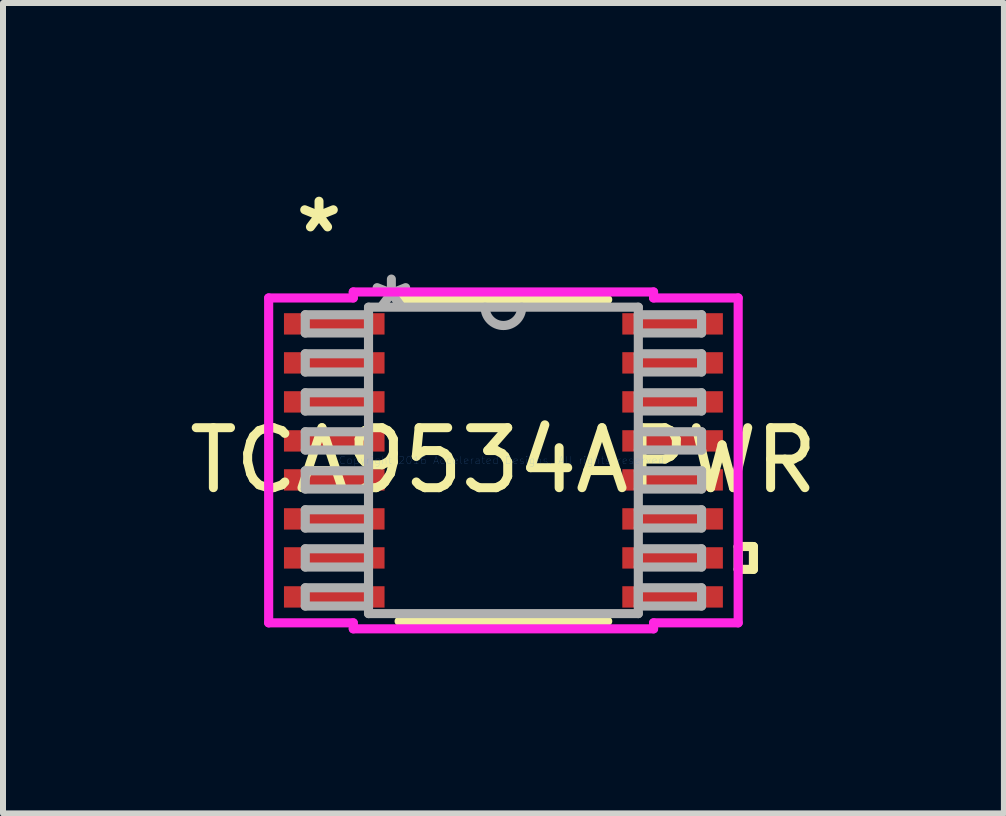
<source format=kicad_pcb>
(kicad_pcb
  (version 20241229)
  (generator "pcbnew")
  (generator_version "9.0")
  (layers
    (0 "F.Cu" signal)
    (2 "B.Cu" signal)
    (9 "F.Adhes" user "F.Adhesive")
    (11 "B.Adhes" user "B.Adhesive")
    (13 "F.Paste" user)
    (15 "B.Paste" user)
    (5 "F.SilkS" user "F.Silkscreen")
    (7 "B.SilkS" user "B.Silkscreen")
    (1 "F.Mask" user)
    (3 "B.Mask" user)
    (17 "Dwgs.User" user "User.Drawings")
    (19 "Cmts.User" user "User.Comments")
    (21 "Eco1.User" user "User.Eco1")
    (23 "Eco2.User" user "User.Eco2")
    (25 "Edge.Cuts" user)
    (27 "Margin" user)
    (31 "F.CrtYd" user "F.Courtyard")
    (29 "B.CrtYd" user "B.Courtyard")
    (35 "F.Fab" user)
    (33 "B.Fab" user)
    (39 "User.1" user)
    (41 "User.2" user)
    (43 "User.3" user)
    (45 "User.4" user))
  (footprint "TCA9534APWR"
    (layer "F.Cu")
    (at 5.339 4.622)
    (property "Reference" "TCA9534APWR" (at 0 0 0) (layer "F.SilkS") (effects (font (size 1 1) (thickness 0.15))))
    (attr through_hole)
    (fp_line (start -1.738 2.68) (end 1.738 2.68) (stroke (width 0.152) (type solid)) (layer "F.SilkS"))
    (fp_line (start 1.738 -2.68) (end -1.738 -2.68) (stroke (width 0.152) (type solid)) (layer "F.SilkS"))
    (fp_line (start 3.912 1.435) (end 4.166 1.435) (stroke (width 0.152) (type solid)) (layer "F.SilkS"))
    (fp_line (start 3.912 1.816) (end 3.912 1.435) (stroke (width 0.152) (type solid)) (layer "F.SilkS"))
    (fp_line (start 4.166 1.435) (end 4.166 1.816) (stroke (width 0.152) (type solid)) (layer "F.SilkS"))
    (fp_line (start 4.166 1.816) (end 3.912 1.816) (stroke (width 0.152) (type solid)) (layer "F.SilkS"))
    (fp_line (start -3.912 -2.707) (end -2.502 -2.707) (stroke (width 0.152) (type solid)) (layer "F.CrtYd"))
    (fp_line (start -3.912 2.707) (end -3.912 -2.707) (stroke (width 0.152) (type solid)) (layer "F.CrtYd"))
    (fp_line (start -2.502 -2.807) (end 2.502 -2.807) (stroke (width 0.152) (type solid)) (layer "F.CrtYd"))
    (fp_line (start -2.502 -2.707) (end -2.502 -2.807) (stroke (width 0.152) (type solid)) (layer "F.CrtYd"))
    (fp_line (start -2.502 2.707) (end -3.912 2.707) (stroke (width 0.152) (type solid)) (layer "F.CrtYd"))
    (fp_line (start -2.502 2.807) (end -2.502 2.707) (stroke (width 0.152) (type solid)) (layer "F.CrtYd"))
    (fp_line (start 2.502 -2.807) (end 2.502 -2.707) (stroke (width 0.152) (type solid)) (layer "F.CrtYd"))
    (fp_line (start 2.502 -2.707) (end 3.912 -2.707) (stroke (width 0.152) (type solid)) (layer "F.CrtYd"))
    (fp_line (start 2.502 2.707) (end 2.502 2.807) (stroke (width 0.152) (type solid)) (layer "F.CrtYd"))
    (fp_line (start 2.502 2.807) (end -2.502 2.807) (stroke (width 0.152) (type solid)) (layer "F.CrtYd"))
    (fp_line (start 3.912 -2.707) (end 3.912 2.707) (stroke (width 0.152) (type solid)) (layer "F.CrtYd"))
    (fp_line (start 3.912 2.707) (end 2.502 2.707) (stroke (width 0.152) (type solid)) (layer "F.CrtYd"))
    (fp_line (start -3.302 -2.427) (end -3.302 -2.123) (stroke (width 0.152) (type solid)) (layer "F.Fab"))
    (fp_line (start -3.302 -2.123) (end -2.248 -2.123) (stroke (width 0.152) (type solid)) (layer "F.Fab"))
    (fp_line (start -3.302 -1.777) (end -3.302 -1.473) (stroke (width 0.152) (type solid)) (layer "F.Fab"))
    (fp_line (start -3.302 -1.473) (end -2.248 -1.473) (stroke (width 0.152) (type solid)) (layer "F.Fab"))
    (fp_line (start -3.302 -1.127) (end -3.302 -0.823) (stroke (width 0.152) (type solid)) (layer "F.Fab"))
    (fp_line (start -3.302 -0.823) (end -2.248 -0.823) (stroke (width 0.152) (type solid)) (layer "F.Fab"))
    (fp_line (start -3.302 -0.477) (end -3.302 -0.173) (stroke (width 0.152) (type solid)) (layer "F.Fab"))
    (fp_line (start -3.302 -0.173) (end -2.248 -0.173) (stroke (width 0.152) (type solid)) (layer "F.Fab"))
    (fp_line (start -3.302 0.173) (end -3.302 0.477) (stroke (width 0.152) (type solid)) (layer "F.Fab"))
    (fp_line (start -3.302 0.477) (end -2.248 0.477) (stroke (width 0.152) (type solid)) (layer "F.Fab"))
    (fp_line (start -3.302 0.823) (end -3.302 1.127) (stroke (width 0.152) (type solid)) (layer "F.Fab"))
    (fp_line (start -3.302 1.127) (end -2.248 1.127) (stroke (width 0.152) (type solid)) (layer "F.Fab"))
    (fp_line (start -3.302 1.473) (end -3.302 1.777) (stroke (width 0.152) (type solid)) (layer "F.Fab"))
    (fp_line (start -3.302 1.777) (end -2.248 1.777) (stroke (width 0.152) (type solid)) (layer "F.Fab"))
    (fp_line (start -3.302 2.123) (end -3.302 2.427) (stroke (width 0.152) (type solid)) (layer "F.Fab"))
    (fp_line (start -3.302 2.427) (end -2.248 2.427) (stroke (width 0.152) (type solid)) (layer "F.Fab"))
    (fp_line (start -2.248 -2.553) (end -2.248 2.553) (stroke (width 0.152) (type solid)) (layer "F.Fab"))
    (fp_line (start -2.248 -2.427) (end -3.302 -2.427) (stroke (width 0.152) (type solid)) (layer "F.Fab"))
    (fp_line (start -2.248 -2.123) (end -2.248 -2.427) (stroke (width 0.152) (type solid)) (layer "F.Fab"))
    (fp_line (start -2.248 -1.777) (end -3.302 -1.777) (stroke (width 0.152) (type solid)) (layer "F.Fab"))
    (fp_line (start -2.248 -1.473) (end -2.248 -1.777) (stroke (width 0.152) (type solid)) (layer "F.Fab"))
    (fp_line (start -2.248 -1.127) (end -3.302 -1.127) (stroke (width 0.152) (type solid)) (layer "F.Fab"))
    (fp_line (start -2.248 -0.823) (end -2.248 -1.127) (stroke (width 0.152) (type solid)) (layer "F.Fab"))
    (fp_line (start -2.248 -0.477) (end -3.302 -0.477) (stroke (width 0.152) (type solid)) (layer "F.Fab"))
    (fp_line (start -2.248 -0.173) (end -2.248 -0.477) (stroke (width 0.152) (type solid)) (layer "F.Fab"))
    (fp_line (start -2.248 0.173) (end -3.302 0.173) (stroke (width 0.152) (type solid)) (layer "F.Fab"))
    (fp_line (start -2.248 0.477) (end -2.248 0.173) (stroke (width 0.152) (type solid)) (layer "F.Fab"))
    (fp_line (start -2.248 0.823) (end -3.302 0.823) (stroke (width 0.152) (type solid)) (layer "F.Fab"))
    (fp_line (start -2.248 1.127) (end -2.248 0.823) (stroke (width 0.152) (type solid)) (layer "F.Fab"))
    (fp_line (start -2.248 1.473) (end -3.302 1.473) (stroke (width 0.152) (type solid)) (layer "F.Fab"))
    (fp_line (start -2.248 1.777) (end -2.248 1.473) (stroke (width 0.152) (type solid)) (layer "F.Fab"))
    (fp_line (start -2.248 2.123) (end -3.302 2.123) (stroke (width 0.152) (type solid)) (layer "F.Fab"))
    (fp_line (start -2.248 2.427) (end -2.248 2.123) (stroke (width 0.152) (type solid)) (layer "F.Fab"))
    (fp_line (start -2.248 2.553) (end 2.248 2.553) (stroke (width 0.152) (type solid)) (layer "F.Fab"))
    (fp_line (start 2.248 -2.553) (end -2.248 -2.553) (stroke (width 0.152) (type solid)) (layer "F.Fab"))
    (fp_line (start 2.248 -2.427) (end 2.248 -2.123) (stroke (width 0.152) (type solid)) (layer "F.Fab"))
    (fp_line (start 2.248 -2.123) (end 3.302 -2.123) (stroke (width 0.152) (type solid)) (layer "F.Fab"))
    (fp_line (start 2.248 -1.777) (end 2.248 -1.473) (stroke (width 0.152) (type solid)) (layer "F.Fab"))
    (fp_line (start 2.248 -1.473) (end 3.302 -1.473) (stroke (width 0.152) (type solid)) (layer "F.Fab"))
    (fp_line (start 2.248 -1.127) (end 2.248 -0.823) (stroke (width 0.152) (type solid)) (layer "F.Fab"))
    (fp_line (start 2.248 -0.823) (end 3.302 -0.823) (stroke (width 0.152) (type solid)) (layer "F.Fab"))
    (fp_line (start 2.248 -0.477) (end 2.248 -0.173) (stroke (width 0.152) (type solid)) (layer "F.Fab"))
    (fp_line (start 2.248 -0.173) (end 3.302 -0.173) (stroke (width 0.152) (type solid)) (layer "F.Fab"))
    (fp_line (start 2.248 0.173) (end 2.248 0.477) (stroke (width 0.152) (type solid)) (layer "F.Fab"))
    (fp_line (start 2.248 0.477) (end 3.302 0.477) (stroke (width 0.152) (type solid)) (layer "F.Fab"))
    (fp_line (start 2.248 0.823) (end 2.248 1.127) (stroke (width 0.152) (type solid)) (layer "F.Fab"))
    (fp_line (start 2.248 1.127) (end 3.302 1.127) (stroke (width 0.152) (type solid)) (layer "F.Fab"))
    (fp_line (start 2.248 1.473) (end 2.248 1.777) (stroke (width 0.152) (type solid)) (layer "F.Fab"))
    (fp_line (start 2.248 1.777) (end 3.302 1.777) (stroke (width 0.152) (type solid)) (layer "F.Fab"))
    (fp_line (start 2.248 2.123) (end 2.248 2.427) (stroke (width 0.152) (type solid)) (layer "F.Fab"))
    (fp_line (start 2.248 2.427) (end 3.302 2.427) (stroke (width 0.152) (type solid)) (layer "F.Fab"))
    (fp_line (start 2.248 2.553) (end 2.248 -2.553) (stroke (width 0.152) (type solid)) (layer "F.Fab"))
    (fp_line (start 3.302 -2.427) (end 2.248 -2.427) (stroke (width 0.152) (type solid)) (layer "F.Fab"))
    (fp_line (start 3.302 -2.123) (end 3.302 -2.427) (stroke (width 0.152) (type solid)) (layer "F.Fab"))
    (fp_line (start 3.302 -1.777) (end 2.248 -1.777) (stroke (width 0.152) (type solid)) (layer "F.Fab"))
    (fp_line (start 3.302 -1.473) (end 3.302 -1.777) (stroke (width 0.152) (type solid)) (layer "F.Fab"))
    (fp_line (start 3.302 -1.127) (end 2.248 -1.127) (stroke (width 0.152) (type solid)) (layer "F.Fab"))
    (fp_line (start 3.302 -0.823) (end 3.302 -1.127) (stroke (width 0.152) (type solid)) (layer "F.Fab"))
    (fp_line (start 3.302 -0.477) (end 2.248 -0.477) (stroke (width 0.152) (type solid)) (layer "F.Fab"))
    (fp_line (start 3.302 -0.173) (end 3.302 -0.477) (stroke (width 0.152) (type solid)) (layer "F.Fab"))
    (fp_line (start 3.302 0.173) (end 2.248 0.173) (stroke (width 0.152) (type solid)) (layer "F.Fab"))
    (fp_line (start 3.302 0.477) (end 3.302 0.173) (stroke (width 0.152) (type solid)) (layer "F.Fab"))
    (fp_line (start 3.302 0.823) (end 2.248 0.823) (stroke (width 0.152) (type solid)) (layer "F.Fab"))
    (fp_line (start 3.302 1.127) (end 3.302 0.823) (stroke (width 0.152) (type solid)) (layer "F.Fab"))
    (fp_line (start 3.302 1.473) (end 2.248 1.473) (stroke (width 0.152) (type solid)) (layer "F.Fab"))
    (fp_line (start 3.302 1.777) (end 3.302 1.473) (stroke (width 0.152) (type solid)) (layer "F.Fab"))
    (fp_line (start 3.302 2.123) (end 2.248 2.123) (stroke (width 0.152) (type solid)) (layer "F.Fab"))
    (fp_line (start 3.302 2.427) (end 3.302 2.123) (stroke (width 0.152) (type solid)) (layer "F.Fab"))
    (fp_arc (start 0.3048 -2.5527) (mid 0 -2.2479) (end -0.3048 -2.5527) (stroke (width 0.1524) (type solid)) (layer "F.Fab"))
    (fp_text user "*" (at -3.073 -3.774 0) (layer "F.SilkS") (effects (font (size 1 1) (thickness 0.15))))
    (fp_text user "Copyright 2016 Accelerated Designs. All rights reserved." (at 0 0 0) (layer "Cmts.User") (effects (font (size 0.127 0.127) (thickness 0.002))))
    (fp_text user "*" (at -1.867 -2.477 0) (layer "F.Fab") (effects (font (size 1 1) (thickness 0.15))))
    (pad "1" smd rect (at -2.819 -2.275) (size 1.676 0.356) (layers "F.Cu" "F.Mask" "F.Paste"))
    (pad "2" smd rect (at -2.819 -1.625) (size 1.676 0.356) (layers "F.Cu" "F.Mask" "F.Paste"))
    (pad "3" smd rect (at -2.819 -0.975) (size 1.676 0.356) (layers "F.Cu" "F.Mask" "F.Paste"))
    (pad "4" smd rect (at -2.819 -0.325) (size 1.676 0.356) (layers "F.Cu" "F.Mask" "F.Paste"))
    (pad "5" smd rect (at -2.819 0.325) (size 1.676 0.356) (layers "F.Cu" "F.Mask" "F.Paste"))
    (pad "6" smd rect (at -2.819 0.975) (size 1.676 0.356) (layers "F.Cu" "F.Mask" "F.Paste"))
    (pad "7" smd rect (at -2.819 1.625) (size 1.676 0.356) (layers "F.Cu" "F.Mask" "F.Paste"))
    (pad "8" smd rect (at -2.819 2.275) (size 1.676 0.356) (layers "F.Cu" "F.Mask" "F.Paste"))
    (pad "9" smd rect (at 2.819 2.275) (size 1.676 0.356) (layers "F.Cu" "F.Mask" "F.Paste"))
    (pad "10" smd rect (at 2.819 1.625) (size 1.676 0.356) (layers "F.Cu" "F.Mask" "F.Paste"))
    (pad "11" smd rect (at 2.819 0.975) (size 1.676 0.356) (layers "F.Cu" "F.Mask" "F.Paste"))
    (pad "12" smd rect (at 2.819 0.325) (size 1.676 0.356) (layers "F.Cu" "F.Mask" "F.Paste"))
    (pad "13" smd rect (at 2.819 -0.325) (size 1.676 0.356) (layers "F.Cu" "F.Mask" "F.Paste"))
    (pad "14" smd rect (at 2.819 -0.975) (size 1.676 0.356) (layers "F.Cu" "F.Mask" "F.Paste"))
    (pad "15" smd rect (at 2.819 -1.625) (size 1.676 0.356) (layers "F.Cu" "F.Mask" "F.Paste"))
    (pad "16" smd rect (at 2.819 -2.275) (size 1.676 0.356) (layers "F.Cu" "F.Mask" "F.Paste")))
  (gr_rect
    (start -3 -3)
    (end 13.679 10.505)
    (stroke (width 0.1) (type default))
    (fill no)
    (layer "Edge.Cuts")))
</source>
